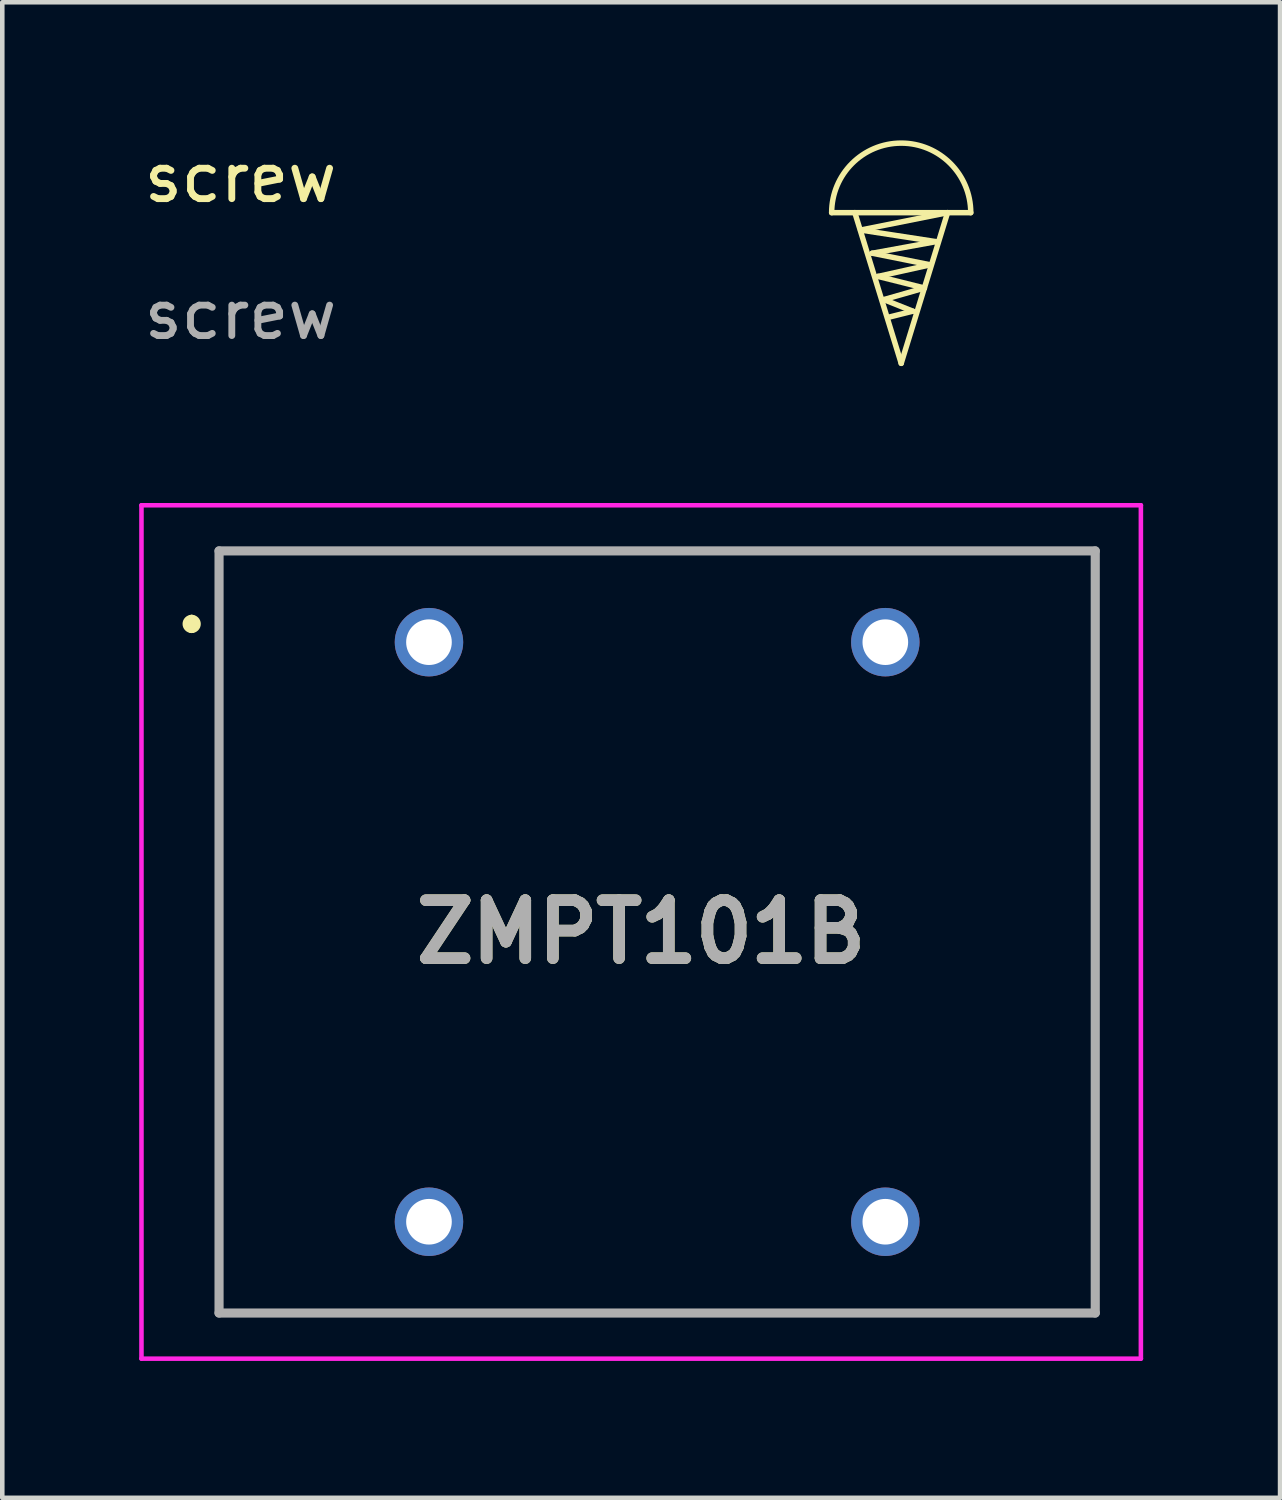
<source format=kicad_pcb>
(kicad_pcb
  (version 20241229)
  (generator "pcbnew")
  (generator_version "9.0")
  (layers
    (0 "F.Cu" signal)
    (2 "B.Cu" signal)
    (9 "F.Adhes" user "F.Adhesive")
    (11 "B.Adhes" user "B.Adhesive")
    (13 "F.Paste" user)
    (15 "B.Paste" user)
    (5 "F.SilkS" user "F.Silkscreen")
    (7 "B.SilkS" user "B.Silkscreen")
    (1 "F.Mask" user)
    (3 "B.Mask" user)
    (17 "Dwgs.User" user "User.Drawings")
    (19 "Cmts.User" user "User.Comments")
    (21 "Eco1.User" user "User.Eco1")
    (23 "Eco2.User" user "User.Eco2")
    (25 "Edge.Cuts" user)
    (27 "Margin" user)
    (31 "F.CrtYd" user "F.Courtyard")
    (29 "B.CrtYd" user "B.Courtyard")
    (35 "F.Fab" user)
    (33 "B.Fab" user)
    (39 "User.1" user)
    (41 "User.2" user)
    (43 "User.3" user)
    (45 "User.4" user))
  (footprint "ZMPT101B"
    (layer "F.Cu")
    (at 6.35 11.022)
    (property "Reference" "ZMPT101B" (at 4.65 6.35 0) (layer "F.SilkS") (effects (font (size 1.27 1.27) (thickness 0.254))))
    (attr through_hole)
    (fp_line (start -5.2 -0.5) (end -5.2 -0.5) (stroke (width 0.2) (type solid)) (layer "F.SilkS"))
    (fp_line (start -5.2 -0.3) (end -5.2 -0.3) (stroke (width 0.2) (type solid)) (layer "F.SilkS"))
    (fp_line (start -4.6 -2) (end 14.6 -2) (stroke (width 0.1) (type solid)) (layer "F.SilkS"))
    (fp_line (start -4.6 14.7) (end -4.6 -2) (stroke (width 0.1) (type solid)) (layer "F.SilkS"))
    (fp_line (start 14.6 -2) (end 14.6 14.7) (stroke (width 0.1) (type solid)) (layer "F.SilkS"))
    (fp_line (start 14.6 14.7) (end -4.6 14.7) (stroke (width 0.1) (type solid)) (layer "F.SilkS"))
    (fp_arc (start -5.2 -0.5) (mid -5.1 -0.4) (end -5.2 -0.3) (stroke (width 0.2) (type solid)) (layer "F.SilkS"))
    (fp_arc (start -5.2 -0.3) (mid -5.3 -0.4) (end -5.2 -0.5) (stroke (width 0.2) (type solid)) (layer "F.SilkS"))
    (fp_line (start -6.3 -3) (end 15.6 -3) (stroke (width 0.1) (type solid)) (layer "F.CrtYd"))
    (fp_line (start -6.3 15.7) (end -6.3 -3) (stroke (width 0.1) (type solid)) (layer "F.CrtYd"))
    (fp_line (start 15.6 -3) (end 15.6 15.7) (stroke (width 0.1) (type solid)) (layer "F.CrtYd"))
    (fp_line (start 15.6 15.7) (end -6.3 15.7) (stroke (width 0.1) (type solid)) (layer "F.CrtYd"))
    (fp_line (start -4.6 -2) (end 14.6 -2) (stroke (width 0.2) (type solid)) (layer "F.Fab"))
    (fp_line (start -4.6 14.7) (end -4.6 -2) (stroke (width 0.2) (type solid)) (layer "F.Fab"))
    (fp_line (start 14.6 -2) (end 14.6 14.7) (stroke (width 0.2) (type solid)) (layer "F.Fab"))
    (fp_line (start 14.6 14.7) (end -4.6 14.7) (stroke (width 0.2) (type solid)) (layer "F.Fab"))
    (fp_text user "${REFERENCE}" (at 4.65 6.35 0) (layer "F.Fab") (effects (font (size 1.27 1.27) (thickness 0.254))))
    (pad "1" thru_hole circle (at 0 0) (size 1.5 1.5) (drill 1) (layers "*.Cu" "*.Mask"))
    (pad "2" thru_hole circle (at 0 12.7) (size 1.5 1.5) (drill 1) (layers "*.Cu" "*.Mask"))
    (pad "3" thru_hole circle (at 10 12.7) (size 1.5 1.5) (drill 1) (layers "*.Cu" "*.Mask"))
    (pad "4" thru_hole circle (at 10 0) (size 1.5 1.5) (drill 1) (layers "*.Cu" "*.Mask")))
  (footprint "screw"
    (layer "F.Cu")
    (at 16.698 1.61)
    (property "Reference" "screw" (at -14.478 -0.762 0) (unlocked yes) (layer "F.SilkS") (effects (font (size 1 1) (thickness 0.15))))
    (fp_line (start -1.524 0) (end -1.016 0) (stroke (width 0.12) (type solid)) (layer "F.SilkS"))
    (fp_line (start -1.016 0) (end 0 3.302) (stroke (width 0.12) (type solid)) (layer "F.SilkS"))
    (fp_line (start -1.016 0) (end 1.016 0) (stroke (width 0.12) (type solid)) (layer "F.SilkS"))
    (fp_line (start -0.889 0.381) (end 0.762 0.635) (stroke (width 0.12) (type solid)) (layer "F.SilkS"))
    (fp_line (start -0.635 0.889) (end 0.635 1.143) (stroke (width 0.12) (type solid)) (layer "F.SilkS"))
    (fp_line (start -0.508 1.397) (end 0.508 1.651) (stroke (width 0.12) (type solid)) (layer "F.SilkS"))
    (fp_line (start -0.381 1.905) (end 0.254 2.159) (stroke (width 0.12) (type solid)) (layer "F.SilkS"))
    (fp_line (start 0 3.302) (end 1.016 0) (stroke (width 0.12) (type solid)) (layer "F.SilkS"))
    (fp_line (start 0.254 2.159) (end -0.254 2.286) (stroke (width 0.12) (type solid)) (layer "F.SilkS"))
    (fp_line (start 0.508 1.651) (end -0.381 1.905) (stroke (width 0.12) (type solid)) (layer "F.SilkS"))
    (fp_line (start 0.635 1.143) (end -0.508 1.397) (stroke (width 0.12) (type solid)) (layer "F.SilkS"))
    (fp_line (start 0.762 0.635) (end -0.635 0.889) (stroke (width 0.12) (type solid)) (layer "F.SilkS"))
    (fp_line (start 1.016 0) (end -0.889 0.381) (stroke (width 0.12) (type solid)) (layer "F.SilkS"))
    (fp_line (start 1.016 0) (end 1.524 0) (stroke (width 0.12) (type solid)) (layer "F.SilkS"))
    (fp_arc (start -1.524 0) (mid 0 -1.524) (end 1.524 0) (stroke (width 0.12) (type solid)) (layer "F.SilkS"))
    (fp_text user "${REFERENCE}" (at -14.478 2.238 0) (unlocked yes) (layer "F.Fab") (effects (font (size 1 1) (thickness 0.15)))))
  (gr_rect
    (start -3 -3)
    (end 25 29.772)
    (stroke (width 0.1) (type default))
    (fill no)
    (layer "Edge.Cuts")))
</source>
